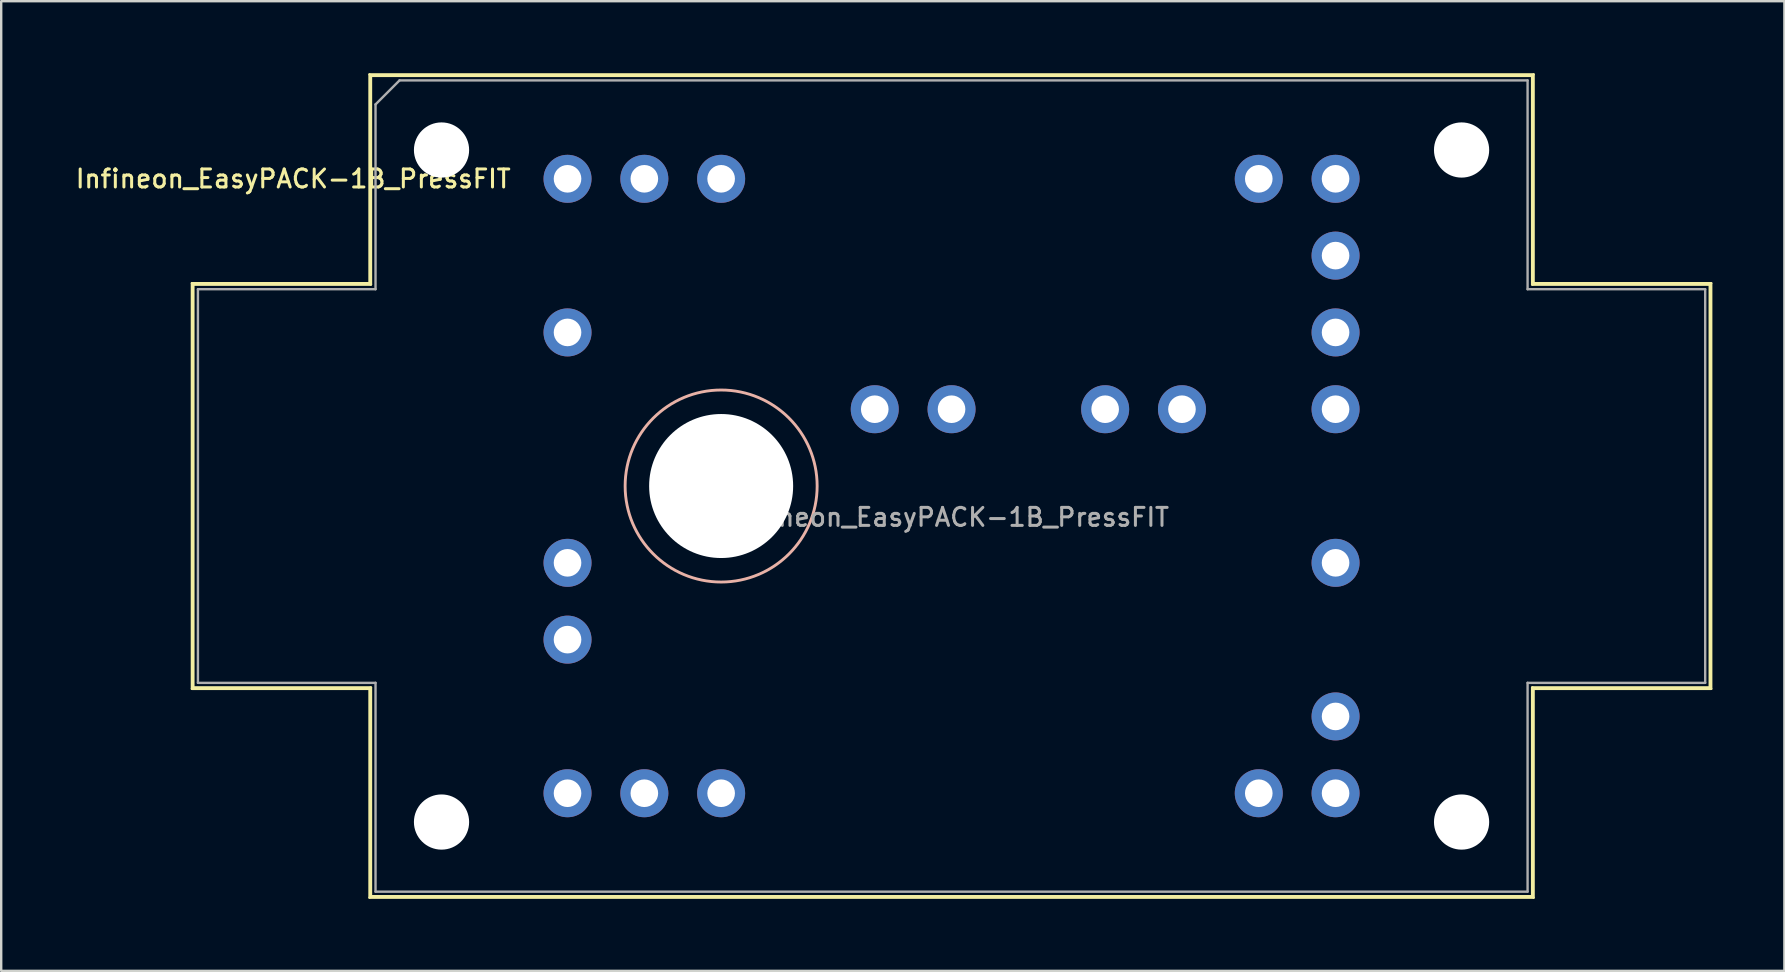
<source format=kicad_pcb>
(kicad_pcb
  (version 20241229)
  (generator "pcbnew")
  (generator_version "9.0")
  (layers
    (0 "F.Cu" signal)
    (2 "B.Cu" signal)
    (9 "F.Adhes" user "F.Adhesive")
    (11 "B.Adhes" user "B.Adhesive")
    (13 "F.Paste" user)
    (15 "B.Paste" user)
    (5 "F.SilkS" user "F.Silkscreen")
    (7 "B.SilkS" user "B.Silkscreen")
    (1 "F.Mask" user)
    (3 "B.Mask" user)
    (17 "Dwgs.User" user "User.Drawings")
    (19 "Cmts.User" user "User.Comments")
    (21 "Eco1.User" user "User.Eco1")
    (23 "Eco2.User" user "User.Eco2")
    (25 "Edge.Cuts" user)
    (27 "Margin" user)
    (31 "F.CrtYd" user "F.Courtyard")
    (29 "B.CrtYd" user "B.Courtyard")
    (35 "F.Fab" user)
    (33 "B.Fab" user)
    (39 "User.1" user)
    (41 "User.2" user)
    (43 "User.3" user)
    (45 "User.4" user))
  (footprint "Infineon_EasyPACK-1B_PressFIT"
    (layer "F.Cu")
    (at 20.596 4.4)
    (property "Reference" "Infineon_EasyPACK-1B_PressFIT" (at -11.43 0 0) (layer "F.SilkS") (effects (font (size 0.75 0.75) (thickness 0.125))))
    (attr through_hole)
    (fp_line (start -15.65 21.25) (end -15.65 4.35) (stroke (width 0.1) (type solid)) (layer "F.SilkS"))
    (fp_line (start -15.6 4.4) (end -8.2 4.4) (stroke (width 0.12) (type solid)) (layer "F.SilkS"))
    (fp_line (start -15.6 21.2) (end -15.6 4.4) (stroke (width 0.12) (type solid)) (layer "F.SilkS"))
    (fp_line (start -8.25 -4.35) (end -8.25 4.35) (stroke (width 0.1) (type solid)) (layer "F.SilkS"))
    (fp_line (start -8.25 4.35) (end -15.65 4.35) (stroke (width 0.1) (type solid)) (layer "F.SilkS"))
    (fp_line (start -8.25 21.25) (end -15.65 21.25) (stroke (width 0.1) (type solid)) (layer "F.SilkS"))
    (fp_line (start -8.25 29.95) (end -8.25 21.25) (stroke (width 0.1) (type solid)) (layer "F.SilkS"))
    (fp_line (start -8.25 29.95) (end 40.25 29.95) (stroke (width 0.1) (type solid)) (layer "F.SilkS"))
    (fp_line (start -8.2 -4.3) (end 40.2 -4.3) (stroke (width 0.12) (type solid)) (layer "F.SilkS"))
    (fp_line (start -8.2 4.4) (end -8.2 -4.3) (stroke (width 0.12) (type solid)) (layer "F.SilkS"))
    (fp_line (start -8.2 21.2) (end -15.6 21.2) (stroke (width 0.12) (type solid)) (layer "F.SilkS"))
    (fp_line (start -8.2 29.9) (end -8.2 21.2) (stroke (width 0.12) (type solid)) (layer "F.SilkS"))
    (fp_line (start 40.2 -4.3) (end 40.2 4.4) (stroke (width 0.12) (type solid)) (layer "F.SilkS"))
    (fp_line (start 40.2 4.4) (end 47.6 4.4) (stroke (width 0.12) (type solid)) (layer "F.SilkS"))
    (fp_line (start 40.2 21.2) (end 40.2 29.9) (stroke (width 0.12) (type solid)) (layer "F.SilkS"))
    (fp_line (start 40.2 29.9) (end -8.2 29.9) (stroke (width 0.12) (type solid)) (layer "F.SilkS"))
    (fp_line (start 40.25 -4.35) (end -8.25 -4.35) (stroke (width 0.1) (type solid)) (layer "F.SilkS"))
    (fp_line (start 40.25 -4.35) (end 40.25 4.35) (stroke (width 0.1) (type solid)) (layer "F.SilkS"))
    (fp_line (start 40.25 4.35) (end 47.65 4.35) (stroke (width 0.1) (type solid)) (layer "F.SilkS"))
    (fp_line (start 40.25 21.25) (end 40.25 29.95) (stroke (width 0.1) (type solid)) (layer "F.SilkS"))
    (fp_line (start 47.6 4.4) (end 47.6 21.2) (stroke (width 0.12) (type solid)) (layer "F.SilkS"))
    (fp_line (start 47.6 21.2) (end 40.2 21.2) (stroke (width 0.12) (type solid)) (layer "F.SilkS"))
    (fp_line (start 47.65 4.35) (end 47.65 21.25) (stroke (width 0.1) (type solid)) (layer "F.SilkS"))
    (fp_line (start 47.65 21.25) (end 40.25 21.25) (stroke (width 0.1) (type solid)) (layer "F.SilkS"))
    (fp_circle (center 6.4 12.8) (end 10.4 12.8) (stroke (width 0.12) (type solid)) (fill no) (layer "B.SilkS"))
    (fp_line (start -15.4 4.6) (end -8 4.6) (stroke (width 0.1) (type solid)) (layer "F.Fab"))
    (fp_line (start -15.4 21) (end -15.4 4.6) (stroke (width 0.1) (type solid)) (layer "F.Fab"))
    (fp_line (start -15.4 21) (end -8 21) (stroke (width 0.1) (type solid)) (layer "F.Fab"))
    (fp_line (start -8 4.6) (end -8 -3.1) (stroke (width 0.1) (type solid)) (layer "F.Fab"))
    (fp_line (start -8 21) (end -8 29.7) (stroke (width 0.1) (type solid)) (layer "F.Fab"))
    (fp_line (start -8 29.7) (end 40 29.7) (stroke (width 0.1) (type solid)) (layer "F.Fab"))
    (fp_line (start -7 -4.1) (end -8 -3.1) (stroke (width 0.1) (type solid)) (layer "F.Fab"))
    (fp_line (start 40 -4.1) (end -7 -4.1) (stroke (width 0.1) (type solid)) (layer "F.Fab"))
    (fp_line (start 40 4.6) (end 40 -4.1) (stroke (width 0.1) (type solid)) (layer "F.Fab"))
    (fp_line (start 40 21) (end 40 29.7) (stroke (width 0.1) (type solid)) (layer "F.Fab"))
    (fp_line (start 47.4 4.6) (end 40 4.6) (stroke (width 0.1) (type solid)) (layer "F.Fab"))
    (fp_line (start 47.4 21) (end 40 21) (stroke (width 0.1) (type solid)) (layer "F.Fab"))
    (fp_line (start 47.4 21) (end 47.4 4.6) (stroke (width 0.1) (type solid)) (layer "F.Fab"))
    (fp_text user "${REFERENCE}" (at 16 14.1 0) (layer "F.Fab") (effects (font (size 0.75 0.75) (thickness 0.125))))
    (pad "" np_thru_hole circle (at -5.25 -1.2 180) (size 2.3 2.3) (drill 2.3) (layers "*.Cu" "*.Mask"))
    (pad "" np_thru_hole circle (at -5.25 26.8 180) (size 2.3 2.3) (drill 2.3) (layers "*.Cu" "*.Mask"))
    (pad "" np_thru_hole circle (at 6.4 12.8 180) (size 6 6) (drill 6) (layers "*.Cu" "*.Mask"))
    (pad "" np_thru_hole circle (at 37.25 -1.2 180) (size 2.3 2.3) (drill 2.3) (layers "*.Cu" "*.Mask"))
    (pad "" np_thru_hole circle (at 37.25 26.8 180) (size 2.3 2.3) (drill 2.3) (layers "*.Cu" "*.Mask"))
    (pad "EU" thru_hole circle (at 32 0 180) (size 2 2) (drill 1.15) (layers "*.Cu" "*.Mask"))
    (pad "EU" thru_hole circle (at 32 3.2 180) (size 2 2) (drill 1.15) (layers "*.Cu" "*.Mask"))
    (pad "EV" thru_hole circle (at 32 6.4 180) (size 2 2) (drill 1.15) (layers "*.Cu" "*.Mask"))
    (pad "EV" thru_hole circle (at 32 9.6 180) (size 2 2) (drill 1.15) (layers "*.Cu" "*.Mask"))
    (pad "EW" thru_hole circle (at 32 22.4 180) (size 2 2) (drill 1.15) (layers "*.Cu" "*.Mask"))
    (pad "EW" thru_hole circle (at 32 25.6 180) (size 2 2) (drill 1.15) (layers "*.Cu" "*.Mask"))
    (pad "G1" thru_hole circle (at 0 0 180) (size 2 2) (drill 1.15) (layers "*.Cu" "*.Mask"))
    (pad "G2" thru_hole circle (at 28.8 0 180) (size 2 2) (drill 1.15) (layers "*.Cu" "*.Mask"))
    (pad "G3" thru_hole circle (at 0 6.4 180) (size 2 2) (drill 1.15) (layers "*.Cu" "*.Mask"))
    (pad "G4" thru_hole circle (at 32 16 180) (size 2 2) (drill 1.15) (layers "*.Cu" "*.Mask"))
    (pad "G5" thru_hole circle (at 0 25.6 180) (size 2 2) (drill 1.15) (layers "*.Cu" "*.Mask"))
    (pad "G6" thru_hole circle (at 28.8 25.6 180) (size 2 2) (drill 1.15) (layers "*.Cu" "*.Mask"))
    (pad "P" thru_hole circle (at 12.8 9.6 180) (size 2 2) (drill 1.15) (layers "*.Cu" "*.Mask"))
    (pad "P" thru_hole circle (at 16 9.6 180) (size 2 2) (drill 1.15) (layers "*.Cu" "*.Mask"))
    (pad "T1" thru_hole circle (at 22.4 9.6 180) (size 2 2) (drill 1.15) (layers "*.Cu" "*.Mask"))
    (pad "T2" thru_hole circle (at 25.6 9.6 180) (size 2 2) (drill 1.15) (layers "*.Cu" "*.Mask"))
    (pad "U" thru_hole circle (at 3.2 0 180) (size 2 2) (drill 1.15) (layers "*.Cu" "*.Mask"))
    (pad "U" thru_hole circle (at 6.4 0 180) (size 2 2) (drill 1.15) (layers "*.Cu" "*.Mask"))
    (pad "V" thru_hole circle (at 0 16 180) (size 2 2) (drill 1.15) (layers "*.Cu" "*.Mask"))
    (pad "V" thru_hole circle (at 0 19.2 180) (size 2 2) (drill 1.15) (layers "*.Cu" "*.Mask"))
    (pad "W" thru_hole circle (at 3.2 25.6 180) (size 2 2) (drill 1.15) (layers "*.Cu" "*.Mask"))
    (pad "W" thru_hole circle (at 6.4 25.6 180) (size 2 2) (drill 1.15) (layers "*.Cu" "*.Mask"))
    (zone (net_name "") (layers "F.Cu" "B.Cu") (name "MH") (hatch full 0.508) (connect_pads) (min_thickness 0.254) (filled_areas_thickness no) (keepout (tracks not_allowed) (vias not_allowed) (pads not_allowed) (copperpour not_allowed) (footprints not_allowed)) (placement (enabled no)) (fill) (polygon (pts (xy 14.841 17.2) (xy 14.822 17.631) (xy 14.763 18.058) (xy 14.666 18.479) (xy 14.531 18.889) (xy 14.36 19.284) (xy 14.153 19.663) (xy 13.913 20.022) (xy 13.642 20.357) (xy 13.341 20.666) (xy 13.014 20.947) (xy 12.662 21.197) (xy 12.289 21.414) (xy 11.898 21.596) (xy 11.492 21.742) (xy 11.075 21.851) (xy 10.649 21.922) (xy 10.219 21.953) (xy 9.787 21.946) (xy 9.359 21.899) (xy 8.936 21.814) (xy 8.522 21.691) (xy 8.122 21.53) (xy 7.737 21.335) (xy 7.372 21.105) (xy 7.03 20.843) (xy 6.712 20.551) (xy 6.422 20.231) (xy 6.163 19.886) (xy 5.935 19.52) (xy 5.742 19.134) (xy 5.585 18.732) (xy 5.464 18.318) (xy 5.382 17.895) (xy 5.338 17.465) (xy 5.334 17.034) (xy 5.368 16.604) (xy 5.442 16.179) (xy 5.554 15.762) (xy 5.703 15.357) (xy 5.888 14.968) (xy 6.107 14.596) (xy 6.36 14.246) (xy 6.643 13.921) (xy 6.954 13.622) (xy 7.291 13.353) (xy 7.651 13.116) (xy 8.031 12.912) (xy 8.429 12.743) (xy 8.839 12.611) (xy 9.26 12.517) (xy 9.688 12.462) (xy 10.119 12.445) (xy 10.55 12.468) (xy 10.977 12.529) (xy 11.397 12.629) (xy 11.806 12.767) (xy 12.2 12.941) (xy 12.578 13.15) (xy 12.934 13.392) (xy 13.268 13.666) (xy 13.575 13.969) (xy 13.853 14.299) (xy 14.101 14.652) (xy 14.315 15.026) (xy 14.495 15.419) (xy 14.638 15.826) (xy 14.744 16.244) (xy 14.812 16.67) (xy 14.84 17.1))))
    (zone (net_name "") (layers "F.Cu" "B.Cu") (name "MH") (hatch full 0.508) (connect_pads) (min_thickness 0.254) (filled_areas_thickness no) (keepout (tracks not_allowed) (vias not_allowed) (pads not_allowed) (copperpour not_allowed) (footprints not_allowed)) (placement (enabled no)) (fill) (polygon (pts (xy 67.841 17.2) (xy 67.822 17.631) (xy 67.763 18.058) (xy 67.666 18.479) (xy 67.531 18.889) (xy 67.36 19.284) (xy 67.153 19.663) (xy 66.913 20.022) (xy 66.642 20.357) (xy 66.341 20.666) (xy 66.014 20.947) (xy 65.662 21.197) (xy 65.289 21.414) (xy 64.898 21.596) (xy 64.492 21.742) (xy 64.075 21.851) (xy 63.649 21.922) (xy 63.219 21.953) (xy 62.787 21.946) (xy 62.359 21.899) (xy 61.936 21.814) (xy 61.522 21.691) (xy 61.122 21.53) (xy 60.737 21.335) (xy 60.372 21.105) (xy 60.03 20.843) (xy 59.712 20.551) (xy 59.422 20.231) (xy 59.163 19.886) (xy 58.935 19.52) (xy 58.742 19.134) (xy 58.585 18.732) (xy 58.464 18.318) (xy 58.382 17.895) (xy 58.338 17.465) (xy 58.334 17.034) (xy 58.368 16.604) (xy 58.442 16.179) (xy 58.554 15.762) (xy 58.703 15.357) (xy 58.888 14.968) (xy 59.107 14.596) (xy 59.36 14.246) (xy 59.643 13.921) (xy 59.954 13.622) (xy 60.291 13.353) (xy 60.651 13.116) (xy 61.031 12.912) (xy 61.429 12.743) (xy 61.839 12.611) (xy 62.26 12.517) (xy 62.688 12.462) (xy 63.119 12.445) (xy 63.55 12.468) (xy 63.977 12.529) (xy 64.397 12.629) (xy 64.806 12.767) (xy 65.2 12.941) (xy 65.578 13.15) (xy 65.934 13.392) (xy 66.268 13.666) (xy 66.575 13.969) (xy 66.853 14.299) (xy 67.101 14.652) (xy 67.315 15.026) (xy 67.495 15.419) (xy 67.638 15.826) (xy 67.744 16.244) (xy 67.812 16.67) (xy 67.84 17.1)))))
  (gr_rect
    (start -3 -3)
    (end 71.296 37.4)
    (stroke (width 0.1) (type default))
    (fill no)
    (layer "Edge.Cuts")))
</source>
